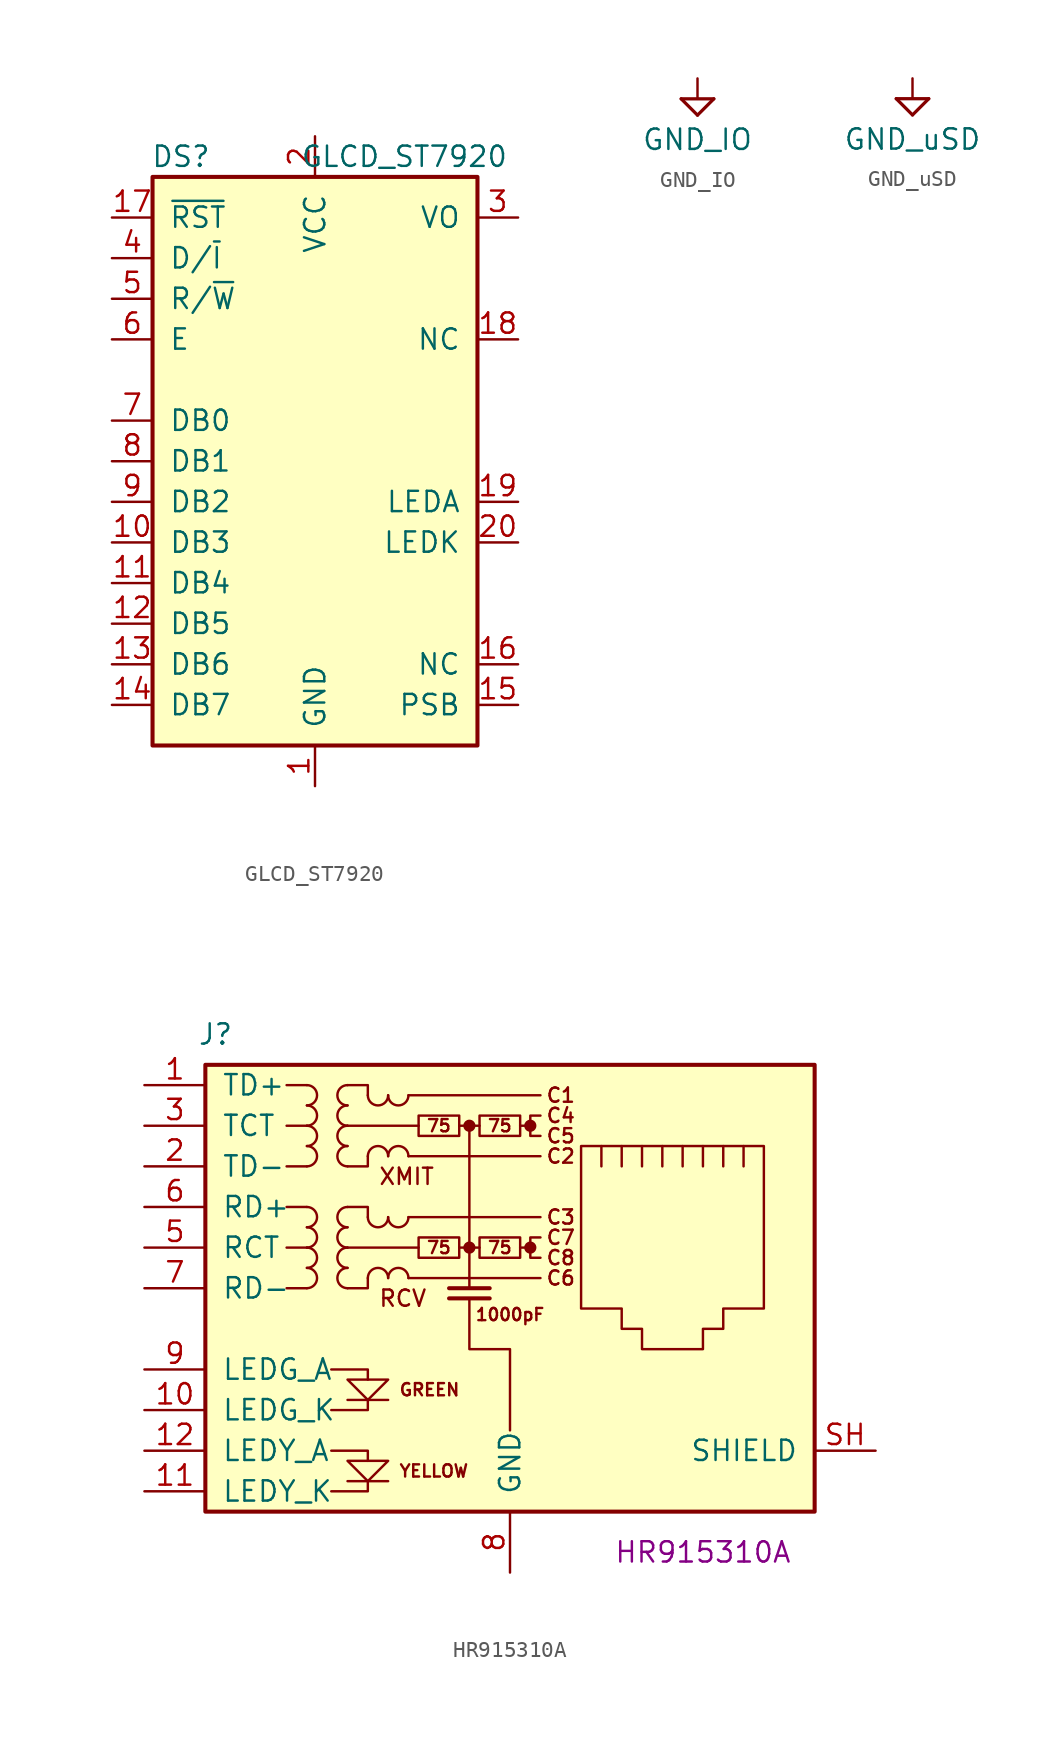
<source format=kicad_sym>
(kicad_symbol_lib
  (version 20211014)
  (generator kicad_symbol_editor)
  (symbol "GLCD_ST7920"
    (pin_names
      (offset 1.016))
    (property "Reference" "DS"
      (at -8.382 19.05 0)
      (effects (font (size 1.27 1.27))))
    (property "Value" "GLCD_ST7920"
      (at 5.588 19.05 0)
      (effects (font (size 1.27 1.27))))
    (symbol "GLCD_ST7920_0_1"
      (rectangle (start -10.16 17.78) (end 10.16 -17.78) (stroke (width 0.254) (type default) (color 0 0 0 0)) (fill (type background))))
    (symbol "GLCD_ST7920_1_1"
      (pin power_in line (at 0 -20.32 90) (length 2.54) (name "GND" (effects (font (size 1.27 1.27)))) (number "1" (effects (font (size 1.27 1.27)))))
      (pin bidirectional line (at -12.7 -5.08 0) (length 2.54) (name "DB3" (effects (font (size 1.27 1.27)))) (number "10" (effects (font (size 1.27 1.27)))))
      (pin bidirectional line (at -12.7 -7.62 0) (length 2.54) (name "DB4" (effects (font (size 1.27 1.27)))) (number "11" (effects (font (size 1.27 1.27)))))
      (pin bidirectional line (at -12.7 -10.16 0) (length 2.54) (name "DB5" (effects (font (size 1.27 1.27)))) (number "12" (effects (font (size 1.27 1.27)))))
      (pin bidirectional line (at -12.7 -12.7 0) (length 2.54) (name "DB6" (effects (font (size 1.27 1.27)))) (number "13" (effects (font (size 1.27 1.27)))))
      (pin bidirectional line (at -12.7 -15.24 0) (length 2.54) (name "DB7" (effects (font (size 1.27 1.27)))) (number "14" (effects (font (size 1.27 1.27)))))
      (pin input line (at 12.7 -15.24 180) (length 2.54) (name "PSB" (effects (font (size 1.27 1.27)))) (number "15" (effects (font (size 1.27 1.27)))))
      (pin input line (at 12.7 -12.7 180) (length 2.54) (name "NC" (effects (font (size 1.27 1.27)))) (number "16" (effects (font (size 1.27 1.27)))))
      (pin input line (at -12.7 15.24 0) (length 2.54) (name "~{RST}" (effects (font (size 1.27 1.27)))) (number "17" (effects (font (size 1.27 1.27)))))
      (pin passive line (at 12.7 7.62 180) (length 2.54) (name "NC" (effects (font (size 1.27 1.27)))) (number "18" (effects (font (size 1.27 1.27)))))
      (pin passive line (at 12.7 -2.54 180) (length 2.54) (name "LEDA" (effects (font (size 1.27 1.27)))) (number "19" (effects (font (size 1.27 1.27)))))
      (pin power_in line (at 0 20.32 270) (length 2.54) (name "VCC" (effects (font (size 1.27 1.27)))) (number "2" (effects (font (size 1.27 1.27)))))
      (pin passive line (at 12.7 -5.08 180) (length 2.54) (name "LEDK" (effects (font (size 1.27 1.27)))) (number "20" (effects (font (size 1.27 1.27)))))
      (pin passive line (at 12.7 15.24 180) (length 2.54) (name "VO" (effects (font (size 1.27 1.27)))) (number "3" (effects (font (size 1.27 1.27)))))
      (pin input line (at -12.7 12.7 0) (length 2.54) (name "D/~{I}" (effects (font (size 1.27 1.27)))) (number "4" (effects (font (size 1.27 1.27)))))
      (pin input line (at -12.7 10.16 0) (length 2.54) (name "R/~{W}" (effects (font (size 1.27 1.27)))) (number "5" (effects (font (size 1.27 1.27)))))
      (pin input line (at -12.7 7.62 0) (length 2.54) (name "E" (effects (font (size 1.27 1.27)))) (number "6" (effects (font (size 1.27 1.27)))))
      (pin bidirectional line (at -12.7 2.54 0) (length 2.54) (name "DB0" (effects (font (size 1.27 1.27)))) (number "7" (effects (font (size 1.27 1.27)))))
      (pin bidirectional line (at -12.7 0 0) (length 2.54) (name "DB1" (effects (font (size 1.27 1.27)))) (number "8" (effects (font (size 1.27 1.27)))))
      (pin bidirectional line (at -12.7 -2.54 0) (length 2.54) (name "DB2" (effects (font (size 1.27 1.27)))) (number "9" (effects (font (size 1.27 1.27)))))))
  (symbol "GND_IO"
    (power)
    (property "Reference" "#PWR?"
      (at 0 1.27 0)
      (effects (font (size 1.27 1.27)) hide))
    (property "Value" "GND_IO"
      (at 0 -3.81 0)
      (effects (font (size 1.27 1.27))))
    (symbol "GND_IO_0_1"
      (polyline (pts (xy -1.016 -1.27) (xy 0 -2.286)) (stroke (width 0.203) (type default) (color 0 0 0 0)) (fill (type none)))
      (polyline (pts (xy 0 -2.286) (xy 1.016 -1.27)) (stroke (width 0.203) (type default) (color 0 0 0 0)) (fill (type none)))
      (polyline (pts (xy 0 -1.27) (xy 0 0)) (stroke (width 0) (type default) (color 0 0 0 0)) (fill (type none)))
      (polyline (pts (xy 1.016 -1.27) (xy -1.016 -1.27) (xy -1.016 -1.27)) (stroke (width 0.203) (type default) (color 0 0 0 0)) (fill (type none))))
    (symbol "GND_IO_1_1"
      (pin power_in line (at 0 0 270) (length 0) hide (name "GND_IO" (effects (font (size 1.27 1.27)))) (number "1" (effects (font (size 1.27 1.27)))))))
  (symbol "GND_uSD"
    (power)
    (property "Reference" "#PWR?"
      (at 0 1.27 0)
      (effects (font (size 1.27 1.27)) hide))
    (property "Value" "GND_uSD"
      (at 0 -3.81 0)
      (effects (font (size 1.27 1.27))))
    (symbol "GND_uSD_0_1"
      (polyline (pts (xy -1.016 -1.27) (xy 0 -2.286)) (stroke (width 0.203) (type default) (color 0 0 0 0)) (fill (type none)))
      (polyline (pts (xy 0 -2.286) (xy 1.016 -1.27)) (stroke (width 0.203) (type default) (color 0 0 0 0)) (fill (type none)))
      (polyline (pts (xy 0 -1.27) (xy 0 0)) (stroke (width 0) (type default) (color 0 0 0 0)) (fill (type none)))
      (polyline (pts (xy 1.016 -1.27) (xy -1.016 -1.27) (xy -1.016 -1.27)) (stroke (width 0.203) (type default) (color 0 0 0 0)) (fill (type none))))
    (symbol "GND_uSD_1_1"
      (pin power_in line (at 0 0 270) (length 0) hide (name "GND_uSD" (effects (font (size 1.27 1.27)))) (number "1" (effects (font (size 1.27 1.27)))))))
  (symbol "HR915310A"
    (pin_names
      (offset 1.016))
    (property "Reference" "J"
      (at -18.415 18.415 0)
      (effects (font (size 1.27 1.27))))
    (property "Symbol" "HR915310A"
      (at 12.065 -13.97 0)
      (effects (font (size 1.27 1.27))))
    (symbol "HR915310A_0_0"
      (circle (center -2.54 5.08) (radius 0.254) (stroke (width 0.254) (type default) (color 0 0 0 0)) (fill (type outline)))
      (circle (center -2.54 12.7) (radius 0.254) (stroke (width 0.254) (type default) (color 0 0 0 0)) (fill (type outline)))
      (polyline (pts (xy -7.62 -9.525) (xy -10.16 -9.525)) (stroke (width 0) (type default) (color 0 0 0 0)) (fill (type none)))
      (polyline (pts (xy -7.62 -4.445) (xy -10.16 -4.445)) (stroke (width 0) (type default) (color 0 0 0 0)) (fill (type none)))
      (polyline (pts (xy -2.54 12.7) (xy -2.54 2.54)) (stroke (width 0) (type default) (color 0 0 0 0)) (fill (type none)))
      (polyline (pts (xy -1.27 1.905) (xy -3.81 1.905)) (stroke (width 0.254) (type default) (color 0 0 0 0)) (fill (type none)))
      (polyline (pts (xy -1.27 2.54) (xy -3.81 2.54)) (stroke (width 0.254) (type default) (color 0 0 0 0)) (fill (type none)))
      (polyline (pts (xy 1.27 5.08) (xy 0.635 5.08)) (stroke (width 0) (type default) (color 0 0 0 0)) (fill (type none)))
      (polyline (pts (xy 1.27 12.7) (xy 0.635 12.7)) (stroke (width 0) (type default) (color 0 0 0 0)) (fill (type none)))
      (polyline (pts (xy -11.176 -10.16) (xy -8.89 -10.16) (xy -8.89 -9.525)) (stroke (width 0) (type default) (color 0 0 0 0)) (fill (type none)))
      (polyline (pts (xy -11.176 -7.62) (xy -8.89 -7.62) (xy -8.89 -8.255)) (stroke (width 0) (type default) (color 0 0 0 0)) (fill (type none)))
      (polyline (pts (xy -11.176 -2.54) (xy -8.89 -2.54) (xy -8.89 -3.175)) (stroke (width 0) (type default) (color 0 0 0 0)) (fill (type none)))
      (polyline (pts (xy -8.89 -4.445) (xy -8.89 -5.08) (xy -11.176 -5.08)) (stroke (width 0) (type default) (color 0 0 0 0)) (fill (type none)))
      (polyline (pts (xy -10.16 -3.175) (xy -7.62 -3.175) (xy -8.89 -4.445) (xy -10.16 -3.175)) (stroke (width 0) (type default) (color 0 0 0 0)) (fill (type none)))
      (polyline (pts (xy -7.62 -8.255) (xy -10.16 -8.255) (xy -8.89 -9.525) (xy -7.62 -8.255)) (stroke (width 0) (type default) (color 0 0 0 0)) (fill (type none)))
      (polyline (pts (xy -2.54 1.905) (xy -2.54 -1.27) (xy 0 -1.27) (xy 0 -6.35)) (stroke (width 0) (type default) (color 0 0 0 0)) (fill (type none)))
      (polyline (pts (xy 1.905 5.715) (xy 1.27 5.715) (xy 1.27 4.445) (xy 1.905 4.445)) (stroke (width 0) (type default) (color 0 0 0 0)) (fill (type none)))
      (polyline (pts (xy 1.905 13.335) (xy 1.27 13.335) (xy 1.27 12.065) (xy 1.905 12.065)) (stroke (width 0) (type default) (color 0 0 0 0)) (fill (type none)))
      (circle (center 1.27 5.08) (radius 0.254) (stroke (width 0.254) (type default) (color 0 0 0 0)) (fill (type outline)))
      (circle (center 1.27 12.7) (radius 0.254) (stroke (width 0.254) (type default) (color 0 0 0 0)) (fill (type outline)))
      (text "1000pF" (at 0 0.889 0) (effects (font (size 0.762 0.762))))
      (text "75" (at -4.445 5.08 0) (effects (font (size 0.762 0.762))))
      (text "75" (at -4.445 12.7 0) (effects (font (size 0.762 0.762))))
      (text "75" (at -0.635 5.08 0) (effects (font (size 0.762 0.762))))
      (text "75" (at -0.635 12.7 0) (effects (font (size 0.762 0.762))))
      (text "C1" (at 3.175 14.605 0) (effects (font (size 0.889 0.889))))
      (text "C2" (at 3.175 10.795 0) (effects (font (size 0.889 0.889))))
      (text "C3" (at 3.175 6.985 0) (effects (font (size 0.889 0.889))))
      (text "C4" (at 3.175 13.335 0) (effects (font (size 0.889 0.889))))
      (text "C5" (at 3.175 12.065 0) (effects (font (size 0.889 0.889))))
      (text "C6" (at 3.175 3.175 0) (effects (font (size 0.889 0.889))))
      (text "C7" (at 3.175 5.715 0) (effects (font (size 0.889 0.889))))
      (text "C8" (at 3.175 4.445 0) (effects (font (size 0.889 0.889))))
      (text "GREEN" (at -6.985 -3.81 0) (effects (font (size 0.762 0.762)) (justify left)))
      (text "RCV" (at -8.255 1.905 0) (effects (font (size 1.016 1.016)) (justify left)))
      (text "XMIT" (at -8.255 9.525 0) (effects (font (size 1.016 1.016)) (justify left)))
      (text "YELLOW" (at -6.985 -8.89 0) (effects (font (size 0.762 0.762)) (justify left))))
    (symbol "HR915310A_0_1"
      (rectangle (start -19.05 -11.43) (end 19.05 16.51) (stroke (width 0.254) (type default) (color 0 0 0 0)) (fill (type background)))
      (arc (start -12.7 2.54) (mid -12.065 3.175) (end -12.7 3.81) (stroke (width 0) (type default) (color 0 0 0 0)) (fill (type none)))
      (arc (start -12.7 3.81) (mid -12.065 4.445) (end -12.7 5.08) (stroke (width 0) (type default) (color 0 0 0 0)) (fill (type none)))
      (arc (start -12.7 5.08) (mid -12.065 5.715) (end -12.7 6.35) (stroke (width 0) (type default) (color 0 0 0 0)) (fill (type none)))
      (arc (start -12.7 6.35) (mid -12.065 6.985) (end -12.7 7.62) (stroke (width 0) (type default) (color 0 0 0 0)) (fill (type none)))
      (arc (start -12.7 10.16) (mid -12.065 10.795) (end -12.7 11.43) (stroke (width 0) (type default) (color 0 0 0 0)) (fill (type none)))
      (arc (start -12.7 11.43) (mid -12.065 12.065) (end -12.7 12.7) (stroke (width 0) (type default) (color 0 0 0 0)) (fill (type none)))
      (arc (start -12.7 12.7) (mid -12.065 13.335) (end -12.7 13.97) (stroke (width 0) (type default) (color 0 0 0 0)) (fill (type none)))
      (arc (start -12.7 13.97) (mid -12.065 14.605) (end -12.7 15.24) (stroke (width 0) (type default) (color 0 0 0 0)) (fill (type none)))
      (arc (start -10.16 3.81) (mid -10.795 3.175) (end -10.16 2.54) (stroke (width 0) (type default) (color 0 0 0 0)) (fill (type none)))
      (arc (start -10.16 5.08) (mid -10.795 4.445) (end -10.16 3.81) (stroke (width 0) (type default) (color 0 0 0 0)) (fill (type none)))
      (arc (start -10.16 6.35) (mid -10.795 5.715) (end -10.16 5.08) (stroke (width 0) (type default) (color 0 0 0 0)) (fill (type none)))
      (arc (start -10.16 7.62) (mid -10.795 6.985) (end -10.16 6.35) (stroke (width 0) (type default) (color 0 0 0 0)) (fill (type none)))
      (arc (start -10.16 11.43) (mid -10.795 10.795) (end -10.16 10.16) (stroke (width 0) (type default) (color 0 0 0 0)) (fill (type none)))
      (arc (start -10.16 12.7) (mid -10.795 12.065) (end -10.16 11.43) (stroke (width 0) (type default) (color 0 0 0 0)) (fill (type none)))
      (arc (start -10.16 13.97) (mid -10.795 13.335) (end -10.16 12.7) (stroke (width 0) (type default) (color 0 0 0 0)) (fill (type none)))
      (arc (start -10.16 15.24) (mid -10.795 14.605) (end -10.16 13.97) (stroke (width 0) (type default) (color 0 0 0 0)) (fill (type none)))
      (arc (start -8.89 6.985) (mid -8.255 6.35) (end -7.62 6.985) (stroke (width 0) (type default) (color 0 0 0 0)) (fill (type none)))
      (arc (start -8.89 14.605) (mid -8.255 13.97) (end -7.62 14.605) (stroke (width 0) (type default) (color 0 0 0 0)) (fill (type none)))
      (arc (start -7.62 3.175) (mid -8.255 3.81) (end -8.89 3.175) (stroke (width 0) (type default) (color 0 0 0 0)) (fill (type none)))
      (arc (start -7.62 6.985) (mid -6.985 6.35) (end -6.35 6.985) (stroke (width 0) (type default) (color 0 0 0 0)) (fill (type none)))
      (arc (start -7.62 10.795) (mid -8.255 11.43) (end -8.89 10.795) (stroke (width 0) (type default) (color 0 0 0 0)) (fill (type none)))
      (arc (start -7.62 14.605) (mid -6.985 13.97) (end -6.35 14.605) (stroke (width 0) (type default) (color 0 0 0 0)) (fill (type none)))
      (arc (start -6.35 3.175) (mid -6.985 3.81) (end -7.62 3.175) (stroke (width 0) (type default) (color 0 0 0 0)) (fill (type none)))
      (arc (start -6.35 10.795) (mid -6.985 11.43) (end -7.62 10.795) (stroke (width 0) (type default) (color 0 0 0 0)) (fill (type none)))
      (rectangle (start -5.715 5.715) (end -3.175 4.445) (stroke (width 0) (type default) (color 0 0 0 0)) (fill (type none)))
      (rectangle (start -5.715 13.335) (end -3.175 12.065) (stroke (width 0) (type default) (color 0 0 0 0)) (fill (type none)))
      (rectangle (start -1.905 5.715) (end 0.635 4.445) (stroke (width 0) (type default) (color 0 0 0 0)) (fill (type none)))
      (rectangle (start -1.905 13.335) (end 0.635 12.065) (stroke (width 0) (type default) (color 0 0 0 0)) (fill (type none)))
      (polyline (pts (xy -12.7 2.54) (xy -13.97 2.54)) (stroke (width 0) (type default) (color 0 0 0 0)) (fill (type none)))
      (polyline (pts (xy -12.7 5.08) (xy -13.97 5.08)) (stroke (width 0) (type default) (color 0 0 0 0)) (fill (type none)))
      (polyline (pts (xy -12.7 7.62) (xy -13.97 7.62)) (stroke (width 0) (type default) (color 0 0 0 0)) (fill (type none)))
      (polyline (pts (xy -12.7 10.16) (xy -13.97 10.16)) (stroke (width 0) (type default) (color 0 0 0 0)) (fill (type none)))
      (polyline (pts (xy -12.7 12.7) (xy -13.97 12.7)) (stroke (width 0) (type default) (color 0 0 0 0)) (fill (type none)))
      (polyline (pts (xy -12.7 15.24) (xy -13.97 15.24)) (stroke (width 0) (type default) (color 0 0 0 0)) (fill (type none)))
      (polyline (pts (xy -6.35 3.175) (xy 1.905 3.175)) (stroke (width 0) (type default) (color 0 0 0 0)) (fill (type none)))
      (polyline (pts (xy -6.35 6.985) (xy 1.905 6.985)) (stroke (width 0) (type default) (color 0 0 0 0)) (fill (type none)))
      (polyline (pts (xy -6.35 10.795) (xy 1.905 10.795)) (stroke (width 0) (type default) (color 0 0 0 0)) (fill (type none)))
      (polyline (pts (xy -6.35 14.605) (xy 1.905 14.605)) (stroke (width 0) (type default) (color 0 0 0 0)) (fill (type none)))
      (polyline (pts (xy -5.715 5.08) (xy -10.16 5.08)) (stroke (width 0) (type default) (color 0 0 0 0)) (fill (type none)))
      (polyline (pts (xy -5.715 12.7) (xy -10.16 12.7)) (stroke (width 0) (type default) (color 0 0 0 0)) (fill (type none)))
      (polyline (pts (xy -3.175 5.08) (xy -1.905 5.08)) (stroke (width 0) (type default) (color 0 0 0 0)) (fill (type none)))
      (polyline (pts (xy -3.175 12.7) (xy -1.905 12.7)) (stroke (width 0) (type default) (color 0 0 0 0)) (fill (type none)))
      (polyline (pts (xy 5.715 10.16) (xy 5.715 11.43)) (stroke (width 0) (type default) (color 0 0 0 0)) (fill (type none)))
      (polyline (pts (xy 6.985 11.43) (xy 6.985 10.16)) (stroke (width 0) (type default) (color 0 0 0 0)) (fill (type none)))
      (polyline (pts (xy 8.255 11.43) (xy 8.255 10.16)) (stroke (width 0) (type default) (color 0 0 0 0)) (fill (type none)))
      (polyline (pts (xy 9.525 11.43) (xy 9.525 10.16)) (stroke (width 0) (type default) (color 0 0 0 0)) (fill (type none)))
      (polyline (pts (xy 10.795 11.43) (xy 10.795 10.16)) (stroke (width 0) (type default) (color 0 0 0 0)) (fill (type none)))
      (polyline (pts (xy 12.065 11.43) (xy 12.065 10.16)) (stroke (width 0) (type default) (color 0 0 0 0)) (fill (type none)))
      (polyline (pts (xy 13.335 10.16) (xy 13.335 11.43)) (stroke (width 0) (type default) (color 0 0 0 0)) (fill (type none)))
      (polyline (pts (xy 14.605 10.16) (xy 14.605 11.43)) (stroke (width 0) (type default) (color 0 0 0 0)) (fill (type none)))
      (polyline (pts (xy -10.16 7.62) (xy -8.89 7.62) (xy -8.89 6.985)) (stroke (width 0) (type default) (color 0 0 0 0)) (fill (type none)))
      (polyline (pts (xy -10.16 15.24) (xy -8.89 15.24) (xy -8.89 14.605)) (stroke (width 0) (type default) (color 0 0 0 0)) (fill (type none)))
      (polyline (pts (xy -8.89 3.175) (xy -8.89 2.54) (xy -10.16 2.54)) (stroke (width 0) (type default) (color 0 0 0 0)) (fill (type none)))
      (polyline (pts (xy -8.89 10.795) (xy -8.89 10.16) (xy -10.16 10.16)) (stroke (width 0) (type default) (color 0 0 0 0)) (fill (type none)))
      (polyline (pts (xy 4.445 11.43) (xy 15.875 11.43) (xy 15.875 1.27) (xy 13.335 1.27) (xy 13.335 0) (xy 12.065 0) (xy 12.065 -1.27) (xy 8.255 -1.27) (xy 8.255 0) (xy 6.985 0) (xy 6.985 1.27) (xy 4.445 1.27) (xy 4.445 11.43)) (stroke (width 0) (type default) (color 0 0 0 0)) (fill (type none))))
    (symbol "HR915310A_1_1"
      (pin passive line (at -22.86 15.24 0) (length 3.81) (name "TD+" (effects (font (size 1.27 1.27)))) (number "1" (effects (font (size 1.27 1.27)))))
      (pin passive line (at -22.86 -5.08 0) (length 3.81) (name "LEDG_K" (effects (font (size 1.27 1.27)))) (number "10" (effects (font (size 1.27 1.27)))))
      (pin passive line (at -22.86 -10.16 0) (length 3.81) (name "LEDY_K" (effects (font (size 1.27 1.27)))) (number "11" (effects (font (size 1.27 1.27)))))
      (pin passive line (at -22.86 -7.62 0) (length 3.81) (name "LEDY_A" (effects (font (size 1.27 1.27)))) (number "12" (effects (font (size 1.27 1.27)))))
      (pin passive line (at -22.86 10.16 0) (length 3.81) (name "TD-" (effects (font (size 1.27 1.27)))) (number "2" (effects (font (size 1.27 1.27)))))
      (pin passive line (at -22.86 12.7 0) (length 3.81) (name "TCT" (effects (font (size 1.27 1.27)))) (number "3" (effects (font (size 1.27 1.27)))))
      (pin no_connect line (at -8.89 0 0) (length 0) hide (name "NC" (effects (font (size 1.27 1.27)))) (number "4" (effects (font (size 1.27 1.27)))))
      (pin passive line (at -22.86 5.08 0) (length 3.81) (name "RCT" (effects (font (size 1.27 1.27)))) (number "5" (effects (font (size 1.27 1.27)))))
      (pin passive line (at -22.86 7.62 0) (length 3.81) (name "RD+" (effects (font (size 1.27 1.27)))) (number "6" (effects (font (size 1.27 1.27)))))
      (pin passive line (at -22.86 2.54 0) (length 3.81) (name "RD-" (effects (font (size 1.27 1.27)))) (number "7" (effects (font (size 1.27 1.27)))))
      (pin power_in line (at 0 -15.24 90) (length 3.81) (name "GND" (effects (font (size 1.27 1.27)))) (number "8" (effects (font (size 1.27 1.27)))))
      (pin passive line (at -22.86 -2.54 0) (length 3.81) (name "LEDG_A" (effects (font (size 1.27 1.27)))) (number "9" (effects (font (size 1.27 1.27)))))
      (pin passive line (at 22.86 -7.62 180) (length 3.81) (name "SHIELD" (effects (font (size 1.27 1.27)))) (number "SH" (effects (font (size 1.27 1.27))))))))
</source>
